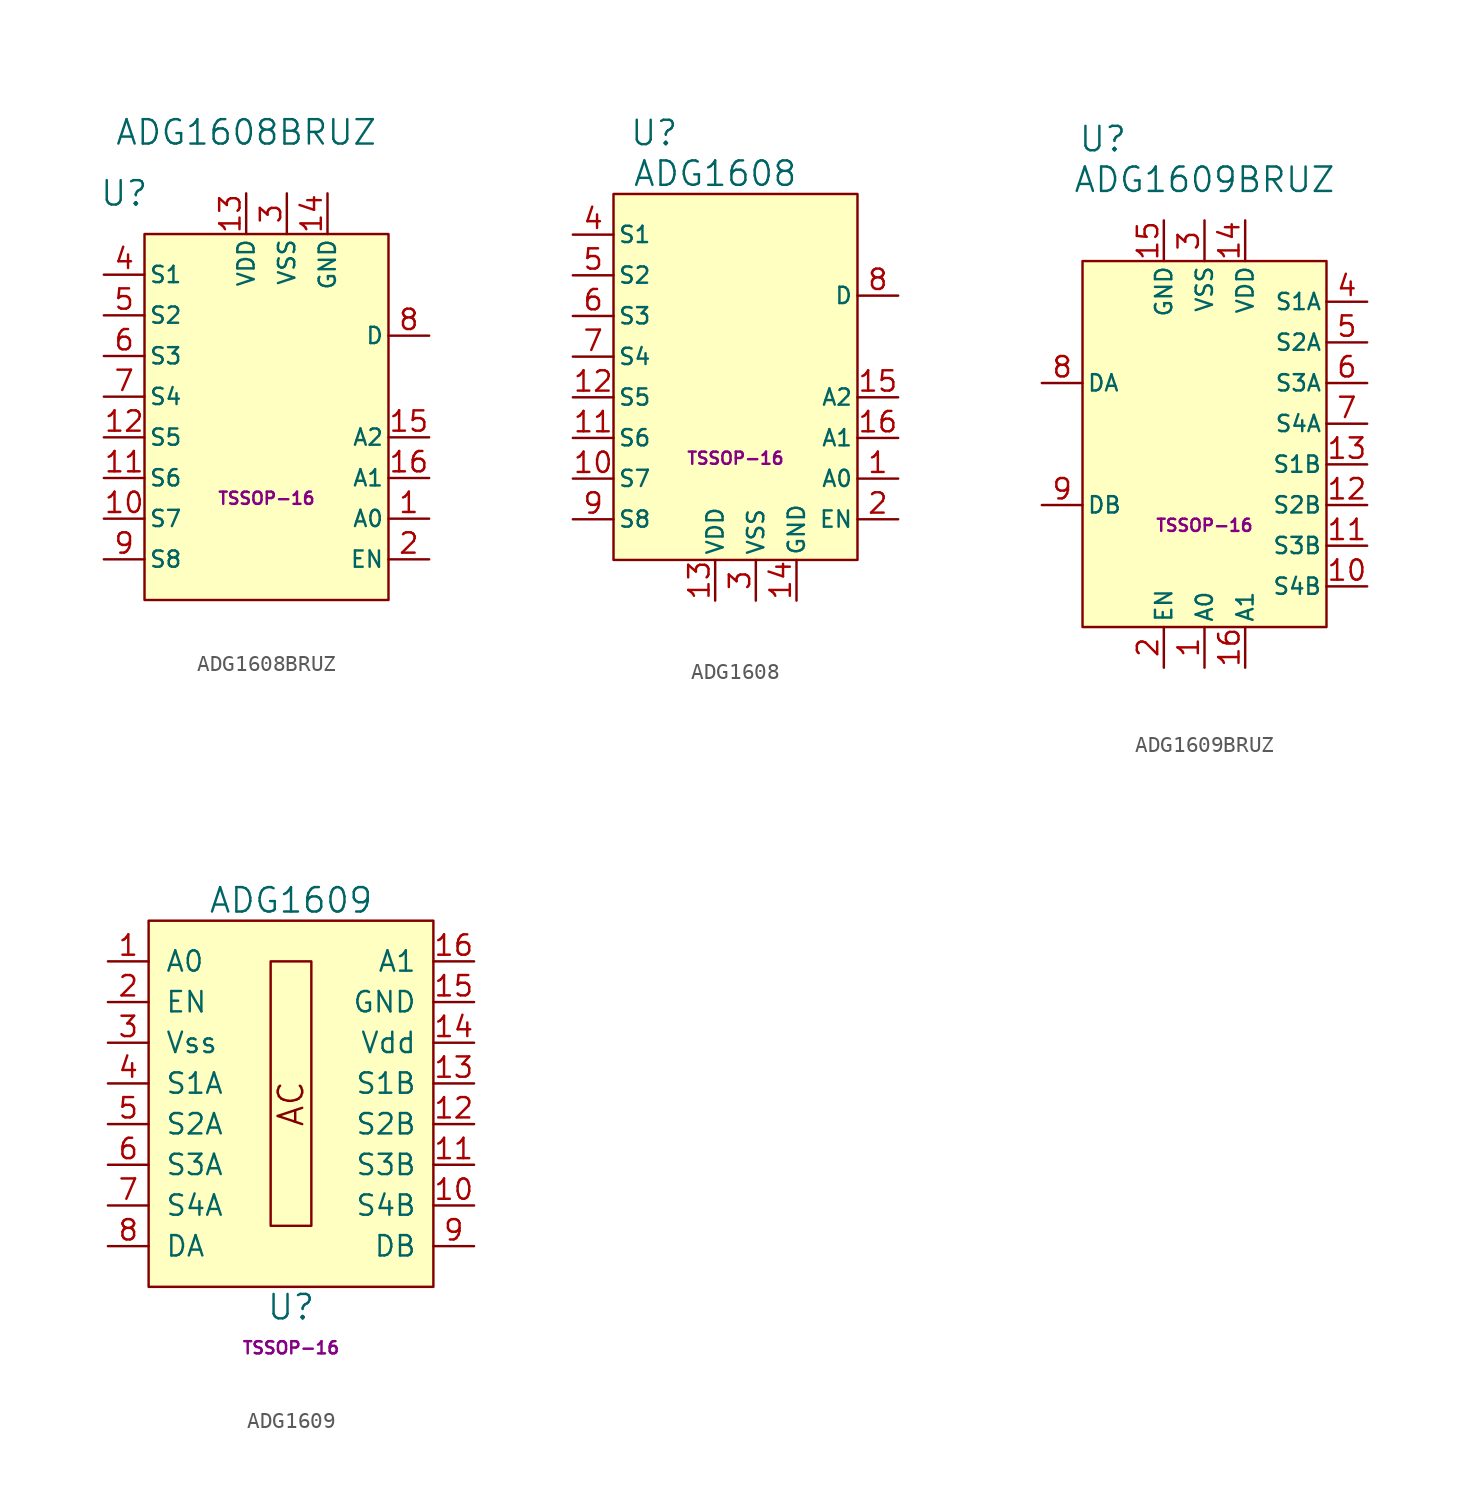
<source format=kicad_sym>
(kicad_symbol_lib
  (version 20220914)
  (generator kicad_symbol_editor)
  (symbol "ADG1608BRUZ"
    (pin_names
      (offset 0.254))
    (property "Reference" "U"
      (at -8.89 13.97 0)
      (effects (font (size 1.524 1.524))))
    (property "Value" "ADG1608BRUZ"
      (at -1.27 17.78 0)
      (effects (font (size 1.524 1.524))))
    (property "Footprint" "TSSOP-16"
      (at 0 -5.08 0)
      (effects (font (size 0.762 0.762))))
    (property "Datasheet" ""
      (at 0 0 0)
      (effects (font (size 1.524 1.524))))
    (symbol "ADG1608BRUZ_0_1"
      (rectangle (start -7.62 11.43) (end 7.62 -11.43) (stroke (width 0) (type default)) (fill (type background))))
    (symbol "ADG1608BRUZ_1_1"
      (pin bidirectional line (at 10.16 -6.35 180) (length 2.54) (name "A0" (effects (font (size 1.016 1.016)))) (number "1" (effects (font (size 1.27 1.27)))))
      (pin input line (at -10.16 -6.35 0) (length 2.54) (name "S7" (effects (font (size 1.016 1.016)))) (number "10" (effects (font (size 1.27 1.27)))))
      (pin input line (at -10.16 -3.81 0) (length 2.54) (name "S6" (effects (font (size 1.016 1.016)))) (number "11" (effects (font (size 1.27 1.27)))))
      (pin input line (at -10.16 -1.27 0) (length 2.54) (name "S5" (effects (font (size 1.016 1.016)))) (number "12" (effects (font (size 1.27 1.27)))))
      (pin bidirectional line (at -1.27 13.97 270) (length 2.54) (name "VDD" (effects (font (size 1.016 1.016)))) (number "13" (effects (font (size 1.27 1.27)))))
      (pin bidirectional line (at 3.81 13.97 270) (length 2.54) (name "GND" (effects (font (size 1.016 1.016)))) (number "14" (effects (font (size 1.27 1.27)))))
      (pin bidirectional line (at 10.16 -1.27 180) (length 2.54) (name "A2" (effects (font (size 1.016 1.016)))) (number "15" (effects (font (size 1.27 1.27)))))
      (pin bidirectional line (at 10.16 -3.81 180) (length 2.54) (name "A1" (effects (font (size 1.016 1.016)))) (number "16" (effects (font (size 1.27 1.27)))))
      (pin bidirectional line (at 10.16 -8.89 180) (length 2.54) (name "EN" (effects (font (size 1.016 1.016)))) (number "2" (effects (font (size 1.27 1.27)))))
      (pin bidirectional line (at 1.27 13.97 270) (length 2.54) (name "VSS" (effects (font (size 1.016 1.016)))) (number "3" (effects (font (size 1.27 1.27)))))
      (pin bidirectional line (at -10.16 8.89 0) (length 2.54) (name "S1" (effects (font (size 1.016 1.016)))) (number "4" (effects (font (size 1.27 1.27)))))
      (pin bidirectional line (at -10.16 6.35 0) (length 2.54) (name "S2" (effects (font (size 1.016 1.016)))) (number "5" (effects (font (size 1.27 1.27)))))
      (pin bidirectional line (at -10.16 3.81 0) (length 2.54) (name "S3" (effects (font (size 1.016 1.016)))) (number "6" (effects (font (size 1.27 1.27)))))
      (pin bidirectional line (at -10.16 1.27 0) (length 2.54) (name "S4" (effects (font (size 1.016 1.016)))) (number "7" (effects (font (size 1.27 1.27)))))
      (pin bidirectional line (at 10.16 5.08 180) (length 2.54) (name "D" (effects (font (size 1.016 1.016)))) (number "8" (effects (font (size 1.27 1.27)))))
      (pin input line (at -10.16 -8.89 0) (length 2.54) (name "S8" (effects (font (size 1.016 1.016)))) (number "9" (effects (font (size 1.27 1.27)))))))
  (symbol "ADG1608"
    (pin_names
      (offset 0.254))
    (property "Reference" "U"
      (at -5.08 15.24 0)
      (effects (font (size 1.524 1.524))))
    (property "Value" "ADG1608"
      (at -1.27 12.7 0)
      (effects (font (size 1.524 1.524))))
    (property "Footprint" "TSSOP-16"
      (at 0 -5.08 0)
      (effects (font (size 0.762 0.762))))
    (property "Datasheet" ""
      (at 0 0 0)
      (effects (font (size 1.524 1.524))))
    (symbol "ADG1608_0_1"
      (rectangle (start -7.62 11.43) (end 7.62 -11.43) (stroke (width 0) (type default)) (fill (type background))))
    (symbol "ADG1608_1_1"
      (pin bidirectional line (at 10.16 -6.35 180) (length 2.54) (name "A0" (effects (font (size 1.016 1.016)))) (number "1" (effects (font (size 1.27 1.27)))))
      (pin input line (at -10.16 -6.35 0) (length 2.54) (name "S7" (effects (font (size 1.016 1.016)))) (number "10" (effects (font (size 1.27 1.27)))))
      (pin input line (at -10.16 -3.81 0) (length 2.54) (name "S6" (effects (font (size 1.016 1.016)))) (number "11" (effects (font (size 1.27 1.27)))))
      (pin input line (at -10.16 -1.27 0) (length 2.54) (name "S5" (effects (font (size 1.016 1.016)))) (number "12" (effects (font (size 1.27 1.27)))))
      (pin bidirectional line (at -1.27 -13.97 90) (length 2.54) (name "VDD" (effects (font (size 1.016 1.016)))) (number "13" (effects (font (size 1.27 1.27)))))
      (pin bidirectional line (at 3.81 -13.97 90) (length 2.54) (name "GND" (effects (font (size 1.016 1.016)))) (number "14" (effects (font (size 1.27 1.27)))))
      (pin bidirectional line (at 10.16 -1.27 180) (length 2.54) (name "A2" (effects (font (size 1.016 1.016)))) (number "15" (effects (font (size 1.27 1.27)))))
      (pin bidirectional line (at 10.16 -3.81 180) (length 2.54) (name "A1" (effects (font (size 1.016 1.016)))) (number "16" (effects (font (size 1.27 1.27)))))
      (pin bidirectional line (at 10.16 -8.89 180) (length 2.54) (name "EN" (effects (font (size 1.016 1.016)))) (number "2" (effects (font (size 1.27 1.27)))))
      (pin bidirectional line (at 1.27 -13.97 90) (length 2.54) (name "VSS" (effects (font (size 1.016 1.016)))) (number "3" (effects (font (size 1.27 1.27)))))
      (pin bidirectional line (at -10.16 8.89 0) (length 2.54) (name "S1" (effects (font (size 1.016 1.016)))) (number "4" (effects (font (size 1.27 1.27)))))
      (pin bidirectional line (at -10.16 6.35 0) (length 2.54) (name "S2" (effects (font (size 1.016 1.016)))) (number "5" (effects (font (size 1.27 1.27)))))
      (pin bidirectional line (at -10.16 3.81 0) (length 2.54) (name "S3" (effects (font (size 1.016 1.016)))) (number "6" (effects (font (size 1.27 1.27)))))
      (pin bidirectional line (at -10.16 1.27 0) (length 2.54) (name "S4" (effects (font (size 1.016 1.016)))) (number "7" (effects (font (size 1.27 1.27)))))
      (pin bidirectional line (at 10.16 5.08 180) (length 2.54) (name "D" (effects (font (size 1.016 1.016)))) (number "8" (effects (font (size 1.27 1.27)))))
      (pin input line (at -10.16 -8.89 0) (length 2.54) (name "S8" (effects (font (size 1.016 1.016)))) (number "9" (effects (font (size 1.27 1.27)))))))
  (symbol "ADG1609BRUZ"
    (pin_names
      (offset 0.254))
    (property "Reference" "U"
      (at -6.35 19.05 0)
      (effects (font (size 1.524 1.524))))
    (property "Value" "ADG1609BRUZ"
      (at 0 16.51 0)
      (effects (font (size 1.524 1.524))))
    (property "Footprint" "TSSOP-16"
      (at 0 -5.08 0)
      (effects (font (size 0.762 0.762))))
    (property "Datasheet" ""
      (at 0 0 0)
      (effects (font (size 1.524 1.524))))
    (symbol "ADG1609BRUZ_0_1"
      (rectangle (start 7.62 11.43) (end -7.62 -11.43) (stroke (width 0) (type default)) (fill (type background))))
    (symbol "ADG1609BRUZ_1_1"
      (pin bidirectional line (at 0 -13.97 90) (length 2.54) (name "A0" (effects (font (size 1.016 1.016)))) (number "1" (effects (font (size 1.27 1.27)))))
      (pin input line (at 10.16 -8.89 180) (length 2.54) (name "S4B" (effects (font (size 1.016 1.016)))) (number "10" (effects (font (size 1.27 1.27)))))
      (pin input line (at 10.16 -6.35 180) (length 2.54) (name "S3B" (effects (font (size 1.016 1.016)))) (number "11" (effects (font (size 1.27 1.27)))))
      (pin input line (at 10.16 -3.81 180) (length 2.54) (name "S2B" (effects (font (size 1.016 1.016)))) (number "12" (effects (font (size 1.27 1.27)))))
      (pin input line (at 10.16 -1.27 180) (length 2.54) (name "S1B" (effects (font (size 1.016 1.016)))) (number "13" (effects (font (size 1.27 1.27)))))
      (pin power_in line (at 2.54 13.97 270) (length 2.54) (name "VDD" (effects (font (size 1.016 1.016)))) (number "14" (effects (font (size 1.27 1.27)))))
      (pin power_in line (at -2.54 13.97 270) (length 2.54) (name "GND" (effects (font (size 1.016 1.016)))) (number "15" (effects (font (size 1.27 1.27)))))
      (pin bidirectional line (at 2.54 -13.97 90) (length 2.54) (name "A1" (effects (font (size 1.016 1.016)))) (number "16" (effects (font (size 1.27 1.27)))))
      (pin bidirectional line (at -2.54 -13.97 90) (length 2.54) (name "EN" (effects (font (size 1.016 1.016)))) (number "2" (effects (font (size 1.27 1.27)))))
      (pin power_in line (at 0 13.97 270) (length 2.54) (name "VSS" (effects (font (size 1.016 1.016)))) (number "3" (effects (font (size 1.27 1.27)))))
      (pin bidirectional line (at 10.16 8.89 180) (length 2.54) (name "S1A" (effects (font (size 1.016 1.016)))) (number "4" (effects (font (size 1.27 1.27)))))
      (pin bidirectional line (at 10.16 6.35 180) (length 2.54) (name "S2A" (effects (font (size 1.016 1.016)))) (number "5" (effects (font (size 1.27 1.27)))))
      (pin bidirectional line (at 10.16 3.81 180) (length 2.54) (name "S3A" (effects (font (size 1.016 1.016)))) (number "6" (effects (font (size 1.27 1.27)))))
      (pin bidirectional line (at 10.16 1.27 180) (length 2.54) (name "S4A" (effects (font (size 1.016 1.016)))) (number "7" (effects (font (size 1.27 1.27)))))
      (pin bidirectional line (at -10.16 3.81 0) (length 2.54) (name "DA" (effects (font (size 1.016 1.016)))) (number "8" (effects (font (size 1.27 1.27)))))
      (pin bidirectional line (at -10.16 -3.81 0) (length 2.54) (name "DB" (effects (font (size 1.016 1.016)))) (number "9" (effects (font (size 1.27 1.27)))))))
  (symbol "ADG1609"
    (pin_names
      (offset 1.016))
    (property "Reference" "U"
      (at 0 -12.7 0)
      (effects (font (size 1.524 1.524))))
    (property "Value" "ADG1609"
      (at 0 12.7 0)
      (effects (font (size 1.524 1.524))))
    (property "Footprint" "TSSOP-16"
      (at 0 -15.24 0)
      (effects (font (size 0.762 0.762))))
    (property "Datasheet" ""
      (at 0 0 0)
      (effects (font (size 1.524 1.524))))
    (symbol "ADG1609_0_0"
      (text "AC" (at 0 0 900) (effects (font (size 1.524 1.524)))))
    (symbol "ADG1609_0_1"
      (polyline (pts (xy -1.27 8.89) (xy 1.27 8.89) (xy 1.27 -7.62) (xy -1.27 -7.62) (xy -1.27 8.89) (xy -1.27 8.89)) (stroke (width 0) (type default)) (fill (type none)))
      (polyline (pts (xy -8.89 11.43) (xy -8.89 -11.43) (xy 8.89 -11.43) (xy 8.89 11.43) (xy -8.89 11.43) (xy -8.89 11.43) (xy -8.89 11.43)) (stroke (width 0) (type default)) (fill (type background))))
    (symbol "ADG1609_1_1"
      (pin bidirectional line (at -11.43 8.89 0) (length 2.54) (name "A0" (effects (font (size 1.27 1.27)))) (number "1" (effects (font (size 1.27 1.27)))))
      (pin bidirectional line (at 11.43 -6.35 180) (length 2.54) (name "S4B" (effects (font (size 1.27 1.27)))) (number "10" (effects (font (size 1.27 1.27)))))
      (pin bidirectional line (at 11.43 -3.81 180) (length 2.54) (name "S3B" (effects (font (size 1.27 1.27)))) (number "11" (effects (font (size 1.27 1.27)))))
      (pin bidirectional line (at 11.43 -1.27 180) (length 2.54) (name "S2B" (effects (font (size 1.27 1.27)))) (number "12" (effects (font (size 1.27 1.27)))))
      (pin bidirectional line (at 11.43 1.27 180) (length 2.54) (name "S1B" (effects (font (size 1.27 1.27)))) (number "13" (effects (font (size 1.27 1.27)))))
      (pin bidirectional line (at 11.43 3.81 180) (length 2.54) (name "Vdd" (effects (font (size 1.27 1.27)))) (number "14" (effects (font (size 1.27 1.27)))))
      (pin bidirectional line (at 11.43 6.35 180) (length 2.54) (name "GND" (effects (font (size 1.27 1.27)))) (number "15" (effects (font (size 1.27 1.27)))))
      (pin bidirectional line (at 11.43 8.89 180) (length 2.54) (name "A1" (effects (font (size 1.27 1.27)))) (number "16" (effects (font (size 1.27 1.27)))))
      (pin bidirectional line (at -11.43 6.35 0) (length 2.54) (name "EN" (effects (font (size 1.27 1.27)))) (number "2" (effects (font (size 1.27 1.27)))))
      (pin bidirectional line (at -11.43 3.81 0) (length 2.54) (name "Vss" (effects (font (size 1.27 1.27)))) (number "3" (effects (font (size 1.27 1.27)))))
      (pin bidirectional line (at -11.43 1.27 0) (length 2.54) (name "S1A" (effects (font (size 1.27 1.27)))) (number "4" (effects (font (size 1.27 1.27)))))
      (pin bidirectional line (at -11.43 -1.27 0) (length 2.54) (name "S2A" (effects (font (size 1.27 1.27)))) (number "5" (effects (font (size 1.27 1.27)))))
      (pin bidirectional line (at -11.43 -3.81 0) (length 2.54) (name "S3A" (effects (font (size 1.27 1.27)))) (number "6" (effects (font (size 1.27 1.27)))))
      (pin bidirectional line (at -11.43 -6.35 0) (length 2.54) (name "S4A" (effects (font (size 1.27 1.27)))) (number "7" (effects (font (size 1.27 1.27)))))
      (pin bidirectional line (at -11.43 -8.89 0) (length 2.54) (name "DA" (effects (font (size 1.27 1.27)))) (number "8" (effects (font (size 1.27 1.27)))))
      (pin bidirectional line (at 11.43 -8.89 180) (length 2.54) (name "DB" (effects (font (size 1.27 1.27)))) (number "9" (effects (font (size 1.27 1.27))))))))
</source>
